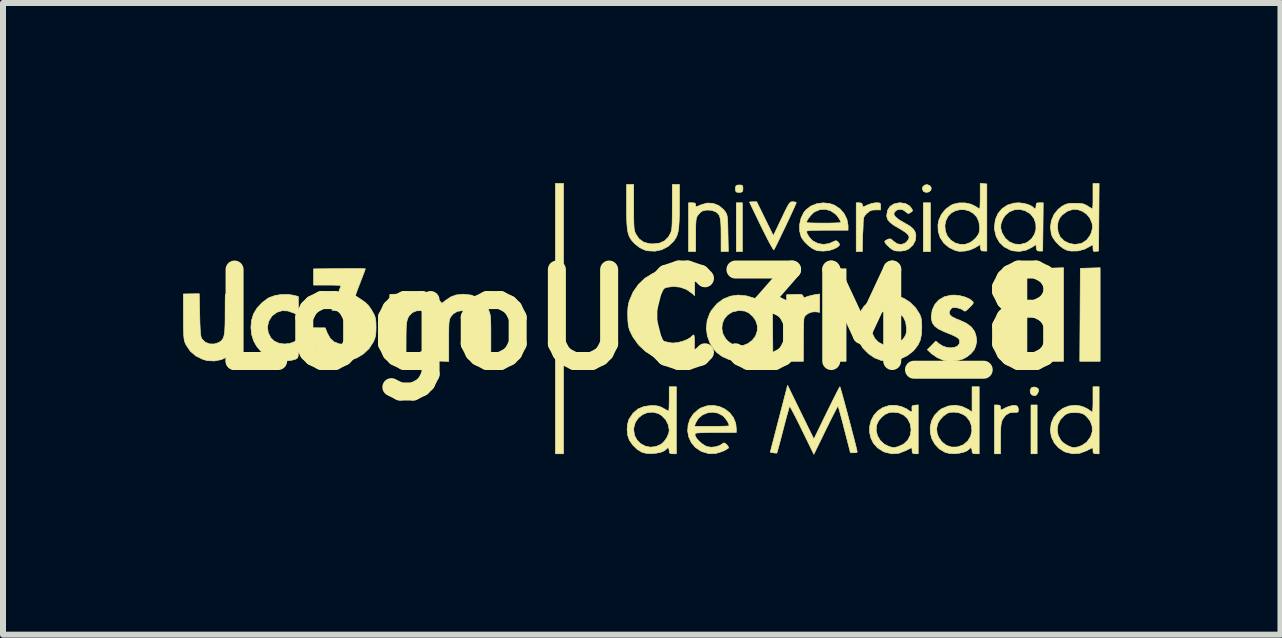
<source format=kicad_pcb>
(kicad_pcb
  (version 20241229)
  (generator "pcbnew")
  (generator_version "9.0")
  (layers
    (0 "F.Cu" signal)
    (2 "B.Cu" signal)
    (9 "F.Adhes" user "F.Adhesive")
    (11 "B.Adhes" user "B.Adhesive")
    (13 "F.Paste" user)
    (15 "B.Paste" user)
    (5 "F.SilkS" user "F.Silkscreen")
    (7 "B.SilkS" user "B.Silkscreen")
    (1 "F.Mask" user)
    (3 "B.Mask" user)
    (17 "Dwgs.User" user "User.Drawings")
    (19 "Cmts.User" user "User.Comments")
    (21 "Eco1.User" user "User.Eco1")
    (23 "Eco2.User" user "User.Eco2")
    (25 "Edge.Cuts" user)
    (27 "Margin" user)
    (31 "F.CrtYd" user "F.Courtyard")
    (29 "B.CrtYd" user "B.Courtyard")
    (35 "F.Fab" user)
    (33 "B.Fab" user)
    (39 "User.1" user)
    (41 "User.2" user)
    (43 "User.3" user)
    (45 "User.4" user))
  (footprint "LogoUC3M_8"
    (layer "F.Cu")
    (at 7.644 2.276)
    (property "Reference" "LogoUC3M_8" (at 0 0 0) (layer "F.SilkS") (effects (font (size 1.524 1.524) (thickness 0.3))))
    (attr through_hole)
    (fp_poly (pts (xy -1.304 2.235) (xy -1.439 2.235) (xy -1.439 -2.269) (xy -1.304 -2.269) (xy -1.304 2.235)) (stroke (width 0.01) (type solid)) (fill yes) (layer "F.SilkS"))
    (fp_poly (pts (xy 1.676 -1.135) (xy 1.575 -1.135) (xy 1.575 -1.947) (xy 1.676 -1.947) (xy 1.676 -1.135)) (stroke (width 0.01) (type solid)) (fill yes) (layer "F.SilkS"))
    (fp_poly (pts (xy 3.404 0.694) (xy 3.133 0.694) (xy 3.133 -0.847) (xy 3.404 -0.847) (xy 3.404 0.694)) (stroke (width 0.01) (type solid)) (fill yes) (layer "F.SilkS"))
    (fp_poly (pts (xy 4.809 -1.135) (xy 4.691 -1.135) (xy 4.691 -1.947) (xy 4.809 -1.947) (xy 4.809 -1.135)) (stroke (width 0.01) (type solid)) (fill yes) (layer "F.SilkS"))
    (fp_poly (pts (xy 6.418 0.694) (xy 6.096 0.694) (xy 6.096 -0.864) (xy 6.418 -0.864) (xy 6.418 0.694)) (stroke (width 0.01) (type solid)) (fill yes) (layer "F.SilkS"))
    (fp_poly (pts (xy 6.587 2.235) (xy 6.485 2.235) (xy 6.485 1.422) (xy 6.587 1.422) (xy 6.587 2.235)) (stroke (width 0.01) (type solid)) (fill yes) (layer "F.SilkS"))
    (fp_poly (pts (xy 7.637 0.694) (xy 7.298 0.694) (xy 7.307 -0.855) (xy 7.472 -0.86) (xy 7.637 -0.865) (xy 7.637 0.694)) (stroke (width 0.01) (type solid)) (fill yes) (layer "F.SilkS"))
    (fp_poly (pts (xy 4.76 -2.249) (xy 4.802 -2.231) (xy 4.823 -2.197) (xy 4.818 -2.158) (xy 4.816 -2.155) (xy 4.783 -2.128) (xy 4.739 -2.12) (xy 4.7 -2.132) (xy 4.695 -2.136) (xy 4.675 -2.175) (xy 4.682 -2.213) (xy 4.71 -2.241) (xy 4.754 -2.25) (xy 4.76 -2.249)) (stroke (width 0.01) (type solid)) (fill yes) (layer "F.SilkS"))
    (fp_poly (pts (xy 1.665 -2.241) (xy 1.682 -2.226) (xy 1.685 -2.189) (xy 1.685 -2.184) (xy 1.682 -2.144) (xy 1.666 -2.126) (xy 1.63 -2.12) (xy 1.583 -2.123) (xy 1.565 -2.14) (xy 1.559 -2.176) (xy 1.561 -2.204) (xy 1.571 -2.231) (xy 1.597 -2.242) (xy 1.626 -2.244) (xy 1.665 -2.241)) (stroke (width 0.01) (type solid)) (fill yes) (layer "F.SilkS"))
    (fp_poly (pts (xy 6.574 1.129) (xy 6.606 1.153) (xy 6.611 1.162) (xy 6.61 1.195) (xy 6.593 1.233) (xy 6.567 1.262) (xy 6.549 1.269) (xy 6.517 1.261) (xy 6.498 1.252) (xy 6.474 1.221) (xy 6.471 1.178) (xy 6.488 1.14) (xy 6.494 1.135) (xy 6.531 1.122) (xy 6.574 1.129)) (stroke (width 0.01) (type solid)) (fill yes) (layer "F.SilkS"))
    (fp_poly (pts (xy 7.027 0.694) (xy 6.866 0.694) (xy 6.781 0.693) (xy 6.726 0.687) (xy 6.7 0.678) (xy 6.696 0.673) (xy 6.695 0.652) (xy 6.694 0.601) (xy 6.693 0.523) (xy 6.692 0.422) (xy 6.692 0.301) (xy 6.692 0.163) (xy 6.692 0.013) (xy 6.693 -0.102) (xy 6.697 -0.855) (xy 6.862 -0.86) (xy 7.027 -0.865) (xy 7.027 0.694)) (stroke (width 0.01) (type solid)) (fill yes) (layer "F.SilkS"))
    (fp_poly (pts (xy 2.963 -0.122) (xy 2.897 -0.131) (xy 2.833 -0.127) (xy 2.772 -0.104) (xy 2.724 -0.067) (xy 2.703 -0.029) (xy 2.7 -0.001) (xy 2.697 0.055) (xy 2.695 0.133) (xy 2.693 0.228) (xy 2.693 0.333) (xy 2.693 0.351) (xy 2.692 0.694) (xy 2.404 0.694) (xy 2.409 0.14) (xy 2.413 -0.415) (xy 2.546 -0.42) (xy 2.613 -0.422) (xy 2.653 -0.419) (xy 2.675 -0.412) (xy 2.685 -0.398) (xy 2.687 -0.392) (xy 2.696 -0.371) (xy 2.714 -0.368) (xy 2.749 -0.381) (xy 2.8 -0.397) (xy 2.863 -0.412) (xy 2.883 -0.415) (xy 2.963 -0.427) (xy 2.963 -0.122)) (stroke (width 0.01) (type solid)) (fill yes) (layer "F.SilkS"))
    (fp_poly (pts (xy 5.963 1.427) (xy 5.976 1.446) (xy 5.977 1.465) (xy 5.979 1.494) (xy 5.988 1.504) (xy 6.013 1.495) (xy 6.048 1.475) (xy 6.104 1.45) (xy 6.167 1.433) (xy 6.174 1.431) (xy 6.231 1.429) (xy 6.263 1.448) (xy 6.275 1.49) (xy 6.275 1.507) (xy 6.271 1.535) (xy 6.253 1.545) (xy 6.212 1.544) (xy 6.131 1.552) (xy 6.064 1.591) (xy 6.014 1.657) (xy 6.01 1.665) (xy 5.997 1.699) (xy 5.988 1.739) (xy 5.982 1.79) (xy 5.979 1.86) (xy 5.978 1.956) (xy 5.978 1.985) (xy 5.977 2.235) (xy 5.876 2.235) (xy 5.876 1.422) (xy 5.927 1.422) (xy 5.963 1.427)) (stroke (width 0.01) (type solid)) (fill yes) (layer "F.SilkS"))
    (fp_poly (pts (xy 3.664 -1.94) (xy 3.678 -1.913) (xy 3.677 -1.892) (xy 3.682 -1.881) (xy 3.708 -1.886) (xy 3.757 -1.908) (xy 3.768 -1.913) (xy 3.829 -1.936) (xy 3.895 -1.947) (xy 3.907 -1.947) (xy 3.952 -1.946) (xy 3.973 -1.936) (xy 3.979 -1.911) (xy 3.979 -1.888) (xy 3.979 -1.829) (xy 3.896 -1.829) (xy 3.839 -1.825) (xy 3.797 -1.809) (xy 3.753 -1.773) (xy 3.752 -1.772) (xy 3.72 -1.739) (xy 3.701 -1.71) (xy 3.693 -1.672) (xy 3.689 -1.615) (xy 3.689 -1.598) (xy 3.687 -1.536) (xy 3.685 -1.484) (xy 3.683 -1.456) (xy 3.681 -1.428) (xy 3.679 -1.376) (xy 3.678 -1.309) (xy 3.677 -1.283) (xy 3.675 -1.135) (xy 3.573 -1.135) (xy 3.573 -1.947) (xy 3.624 -1.947) (xy 3.664 -1.94)) (stroke (width 0.01) (type solid)) (fill yes) (layer "F.SilkS"))
    (fp_poly (pts (xy 2.053 -1.682) (xy 2.192 -1.399) (xy 2.327 -1.682) (xy 2.374 -1.781) (xy 2.41 -1.854) (xy 2.437 -1.904) (xy 2.457 -1.936) (xy 2.474 -1.954) (xy 2.49 -1.962) (xy 2.509 -1.964) (xy 2.518 -1.964) (xy 2.556 -1.96) (xy 2.574 -1.95) (xy 2.574 -1.949) (xy 2.567 -1.93) (xy 2.547 -1.885) (xy 2.518 -1.82) (xy 2.481 -1.74) (xy 2.439 -1.65) (xy 2.394 -1.555) (xy 2.348 -1.46) (xy 2.305 -1.37) (xy 2.266 -1.29) (xy 2.234 -1.225) (xy 2.211 -1.181) (xy 2.2 -1.162) (xy 2.19 -1.173) (xy 2.167 -1.21) (xy 2.133 -1.27) (xy 2.091 -1.35) (xy 2.043 -1.445) (xy 1.991 -1.55) (xy 1.939 -1.657) (xy 1.892 -1.755) (xy 1.852 -1.837) (xy 1.821 -1.902) (xy 1.802 -1.943) (xy 1.795 -1.958) (xy 1.81 -1.962) (xy 1.847 -1.964) (xy 1.855 -1.964) (xy 1.915 -1.964) (xy 2.053 -1.682)) (stroke (width 0.01) (type solid)) (fill yes) (layer "F.SilkS"))
    (fp_poly (pts (xy 0.879 -1.944) (xy 0.896 -1.929) (xy 0.897 -1.913) (xy 0.898 -1.892) (xy 0.904 -1.883) (xy 0.924 -1.887) (xy 0.964 -1.903) (xy 0.991 -1.915) (xy 1.091 -1.943) (xy 1.189 -1.937) (xy 1.28 -1.902) (xy 1.359 -1.837) (xy 1.39 -1.798) (xy 1.405 -1.775) (xy 1.416 -1.751) (xy 1.423 -1.72) (xy 1.428 -1.678) (xy 1.432 -1.618) (xy 1.434 -1.535) (xy 1.436 -1.436) (xy 1.442 -1.135) (xy 1.321 -1.135) (xy 1.321 -1.406) (xy 1.32 -1.526) (xy 1.316 -1.616) (xy 1.307 -1.683) (xy 1.294 -1.73) (xy 1.273 -1.764) (xy 1.244 -1.789) (xy 1.22 -1.803) (xy 1.154 -1.823) (xy 1.081 -1.826) (xy 1.015 -1.812) (xy 1.002 -1.806) (xy 0.965 -1.776) (xy 0.931 -1.735) (xy 0.93 -1.735) (xy 0.918 -1.712) (xy 0.909 -1.685) (xy 0.903 -1.648) (xy 0.9 -1.594) (xy 0.898 -1.518) (xy 0.898 -1.415) (xy 0.898 -1.41) (xy 0.897 -1.135) (xy 0.779 -1.135) (xy 0.779 -1.947) (xy 0.838 -1.947) (xy 0.879 -1.944)) (stroke (width 0.01) (type solid)) (fill yes) (layer "F.SilkS"))
    (fp_poly (pts (xy -6.675 -0.04) (xy -6.68 0.364) (xy -6.726 0.443) (xy -6.802 0.541) (xy -6.897 0.616) (xy -7.006 0.666) (xy -7.123 0.689) (xy -7.242 0.682) (xy -7.31 0.664) (xy -7.429 0.606) (xy -7.524 0.525) (xy -7.594 0.42) (xy -7.612 0.381) (xy -7.621 0.353) (xy -7.628 0.312) (xy -7.633 0.255) (xy -7.636 0.176) (xy -7.638 0.073) (xy -7.638 -0.054) (xy -7.639 -0.428) (xy -7.507 -0.43) (xy -7.374 -0.432) (xy -7.366 -0.076) (xy -7.363 0.046) (xy -7.359 0.138) (xy -7.355 0.207) (xy -7.35 0.255) (xy -7.343 0.289) (xy -7.334 0.312) (xy -7.327 0.324) (xy -7.273 0.376) (xy -7.203 0.404) (xy -7.125 0.406) (xy -7.05 0.382) (xy -7.045 0.379) (xy -7.012 0.357) (xy -6.988 0.331) (xy -6.969 0.296) (xy -6.957 0.248) (xy -6.949 0.183) (xy -6.945 0.095) (xy -6.943 -0.019) (xy -6.943 -0.091) (xy -6.942 -0.193) (xy -6.942 -0.283) (xy -6.941 -0.354) (xy -6.94 -0.403) (xy -6.939 -0.424) (xy -6.938 -0.424) (xy -6.921 -0.426) (xy -6.878 -0.429) (xy -6.818 -0.433) (xy -6.802 -0.435) (xy -6.669 -0.444) (xy -6.675 -0.04)) (stroke (width 0.01) (type solid)) (fill yes) (layer "F.SilkS"))
    (fp_poly (pts (xy -0.135 -1.876) (xy -0.135 -1.753) (xy -0.134 -1.658) (xy -0.132 -1.587) (xy -0.129 -1.535) (xy -0.124 -1.496) (xy -0.116 -1.466) (xy -0.106 -1.439) (xy -0.1 -1.427) (xy -0.045 -1.346) (xy 0.028 -1.293) (xy 0.122 -1.266) (xy 0.186 -1.262) (xy 0.293 -1.274) (xy 0.378 -1.312) (xy 0.443 -1.376) (xy 0.472 -1.427) (xy 0.484 -1.453) (xy 0.493 -1.481) (xy 0.499 -1.515) (xy 0.503 -1.56) (xy 0.506 -1.622) (xy 0.507 -1.705) (xy 0.508 -1.814) (xy 0.508 -1.876) (xy 0.508 -2.252) (xy 0.627 -2.252) (xy 0.627 -1.891) (xy 0.626 -1.747) (xy 0.622 -1.632) (xy 0.616 -1.541) (xy 0.606 -1.47) (xy 0.591 -1.413) (xy 0.57 -1.366) (xy 0.543 -1.323) (xy 0.524 -1.3) (xy 0.436 -1.218) (xy 0.332 -1.165) (xy 0.218 -1.141) (xy 0.099 -1.147) (xy 0.046 -1.161) (xy -0.034 -1.199) (xy -0.114 -1.262) (xy -0.118 -1.267) (xy -0.158 -1.308) (xy -0.189 -1.35) (xy -0.213 -1.396) (xy -0.23 -1.451) (xy -0.242 -1.52) (xy -0.249 -1.608) (xy -0.253 -1.72) (xy -0.254 -1.859) (xy -0.254 -1.891) (xy -0.254 -2.252) (xy -0.135 -2.252) (xy -0.135 -1.876)) (stroke (width 0.01) (type solid)) (fill yes) (layer "F.SilkS"))
    (fp_poly (pts (xy 5.622 2.235) (xy 5.563 2.235) (xy 5.523 2.232) (xy 5.506 2.218) (xy 5.503 2.184) (xy 5.497 2.146) (xy 5.481 2.134) (xy 5.46 2.152) (xy 5.46 2.152) (xy 5.423 2.184) (xy 5.363 2.209) (xy 5.287 2.226) (xy 5.205 2.233) (xy 5.126 2.229) (xy 5.06 2.214) (xy 5.053 2.211) (xy 4.956 2.153) (xy 4.883 2.075) (xy 4.833 1.985) (xy 4.807 1.886) (xy 4.806 1.81) (xy 4.913 1.81) (xy 4.921 1.895) (xy 4.946 1.959) (xy 5.002 2.039) (xy 5.076 2.095) (xy 5.162 2.123) (xy 5.254 2.122) (xy 5.345 2.091) (xy 5.363 2.081) (xy 5.434 2.019) (xy 5.479 1.943) (xy 5.5 1.857) (xy 5.494 1.771) (xy 5.464 1.689) (xy 5.409 1.618) (xy 5.361 1.583) (xy 5.287 1.553) (xy 5.206 1.541) (xy 5.13 1.546) (xy 5.092 1.56) (xy 5.026 1.606) (xy 4.968 1.669) (xy 4.935 1.725) (xy 4.913 1.81) (xy 4.806 1.81) (xy 4.806 1.784) (xy 4.829 1.685) (xy 4.878 1.593) (xy 4.953 1.515) (xy 5.001 1.482) (xy 5.108 1.439) (xy 5.22 1.426) (xy 5.332 1.445) (xy 5.436 1.494) (xy 5.442 1.498) (xy 5.503 1.54) (xy 5.503 1.118) (xy 5.622 1.118) (xy 5.622 2.235)) (stroke (width 0.01) (type solid)) (fill yes) (layer "F.SilkS"))
    (fp_poly (pts (xy -5.88 -0.419) (xy -5.81 -0.407) (xy -5.723 -0.386) (xy -5.722 -0.29) (xy -5.721 -0.223) (xy -5.719 -0.158) (xy -5.718 -0.131) (xy -5.716 -0.09) (xy -5.715 -0.069) (xy -5.715 -0.068) (xy -5.729 -0.075) (xy -5.764 -0.093) (xy -5.798 -0.11) (xy -5.898 -0.145) (xy -5.993 -0.149) (xy -6.081 -0.122) (xy -6.156 -0.066) (xy -6.168 -0.053) (xy -6.218 0.031) (xy -6.237 0.123) (xy -6.225 0.216) (xy -6.18 0.305) (xy -6.179 0.307) (xy -6.122 0.359) (xy -6.046 0.393) (xy -5.958 0.406) (xy -5.868 0.397) (xy -5.8 0.373) (xy -5.757 0.352) (xy -5.729 0.34) (xy -5.724 0.339) (xy -5.719 0.354) (xy -5.718 0.392) (xy -5.718 0.411) (xy -5.72 0.476) (xy -5.722 0.547) (xy -5.722 0.56) (xy -5.726 0.611) (xy -5.738 0.639) (xy -5.765 0.657) (xy -5.769 0.659) (xy -5.83 0.676) (xy -5.91 0.686) (xy -5.996 0.686) (xy -6.074 0.678) (xy -6.097 0.672) (xy -6.226 0.621) (xy -6.332 0.546) (xy -6.417 0.445) (xy -6.467 0.356) (xy -6.5 0.251) (xy -6.513 0.133) (xy -6.503 0.015) (xy -6.472 -0.09) (xy -6.471 -0.093) (xy -6.412 -0.191) (xy -6.328 -0.282) (xy -6.232 -0.354) (xy -6.206 -0.368) (xy -6.109 -0.403) (xy -5.996 -0.42) (xy -5.88 -0.419)) (stroke (width 0.01) (type solid)) (fill yes) (layer "F.SilkS"))
    (fp_poly (pts (xy 0.647 -0.84) (xy 0.757 -0.819) (xy 0.834 -0.793) (xy 0.881 -0.775) (xy 0.881 -0.4) (xy 0.842 -0.435) (xy 0.746 -0.503) (xy 0.638 -0.541) (xy 0.526 -0.553) (xy 0.414 -0.538) (xy 0.308 -0.497) (xy 0.214 -0.432) (xy 0.137 -0.345) (xy 0.107 -0.292) (xy 0.067 -0.176) (xy 0.057 -0.056) (xy 0.077 0.06) (xy 0.106 0.129) (xy 0.177 0.232) (xy 0.27 0.312) (xy 0.379 0.365) (xy 0.499 0.389) (xy 0.527 0.389) (xy 0.598 0.382) (xy 0.676 0.362) (xy 0.748 0.335) (xy 0.804 0.303) (xy 0.822 0.288) (xy 0.849 0.262) (xy 0.867 0.254) (xy 0.872 0.27) (xy 0.876 0.312) (xy 0.878 0.375) (xy 0.877 0.436) (xy 0.872 0.618) (xy 0.779 0.649) (xy 0.683 0.672) (xy 0.573 0.685) (xy 0.463 0.687) (xy 0.367 0.676) (xy 0.347 0.672) (xy 0.2 0.617) (xy 0.066 0.533) (xy -0.051 0.424) (xy -0.145 0.293) (xy -0.172 0.242) (xy -0.199 0.185) (xy -0.216 0.135) (xy -0.226 0.082) (xy -0.232 0.014) (xy -0.234 -0.041) (xy -0.235 -0.136) (xy -0.23 -0.21) (xy -0.219 -0.274) (xy -0.207 -0.315) (xy -0.144 -0.461) (xy -0.055 -0.588) (xy 0.056 -0.692) (xy 0.185 -0.771) (xy 0.33 -0.824) (xy 0.487 -0.846) (xy 0.52 -0.847) (xy 0.647 -0.84)) (stroke (width 0.01) (type solid)) (fill yes) (layer "F.SilkS"))
    (fp_poly (pts (xy 4.395 -1.934) (xy 4.462 -1.894) (xy 4.495 -1.853) (xy 4.511 -1.823) (xy 4.504 -1.804) (xy 4.48 -1.786) (xy 4.448 -1.769) (xy 4.426 -1.774) (xy 4.404 -1.793) (xy 4.348 -1.832) (xy 4.288 -1.839) (xy 4.242 -1.822) (xy 4.207 -1.788) (xy 4.201 -1.752) (xy 4.227 -1.712) (xy 4.283 -1.666) (xy 4.372 -1.614) (xy 4.38 -1.609) (xy 4.462 -1.562) (xy 4.517 -1.517) (xy 4.55 -1.47) (xy 4.566 -1.414) (xy 4.567 -1.402) (xy 4.559 -1.322) (xy 4.52 -1.247) (xy 4.451 -1.181) (xy 4.394 -1.154) (xy 4.319 -1.142) (xy 4.242 -1.144) (xy 4.205 -1.152) (xy 4.168 -1.172) (xy 4.125 -1.206) (xy 4.084 -1.245) (xy 4.055 -1.281) (xy 4.047 -1.302) (xy 4.061 -1.318) (xy 4.095 -1.336) (xy 4.095 -1.337) (xy 4.129 -1.347) (xy 4.154 -1.341) (xy 4.186 -1.315) (xy 4.196 -1.305) (xy 4.257 -1.263) (xy 4.321 -1.252) (xy 4.382 -1.271) (xy 4.412 -1.295) (xy 4.445 -1.337) (xy 4.455 -1.375) (xy 4.439 -1.413) (xy 4.395 -1.454) (xy 4.322 -1.501) (xy 4.284 -1.523) (xy 4.196 -1.575) (xy 4.136 -1.621) (xy 4.099 -1.665) (xy 4.083 -1.711) (xy 4.081 -1.737) (xy 4.095 -1.821) (xy 4.136 -1.886) (xy 4.201 -1.928) (xy 4.288 -1.947) (xy 4.309 -1.947) (xy 4.395 -1.934)) (stroke (width 0.01) (type solid)) (fill yes) (layer "F.SilkS"))
    (fp_poly (pts (xy 6.685 -1.545) (xy 6.68 -1.143) (xy 6.629 -1.143) (xy 6.593 -1.147) (xy 6.578 -1.168) (xy 6.573 -1.197) (xy 6.568 -1.251) (xy 6.508 -1.21) (xy 6.404 -1.158) (xy 6.292 -1.137) (xy 6.181 -1.147) (xy 6.143 -1.159) (xy 6.039 -1.212) (xy 5.959 -1.289) (xy 5.905 -1.385) (xy 5.878 -1.498) (xy 5.877 -1.522) (xy 5.981 -1.522) (xy 6.003 -1.445) (xy 6.004 -1.443) (xy 6.056 -1.357) (xy 6.127 -1.295) (xy 6.211 -1.26) (xy 6.302 -1.253) (xy 6.395 -1.276) (xy 6.426 -1.292) (xy 6.497 -1.35) (xy 6.545 -1.425) (xy 6.568 -1.511) (xy 6.565 -1.599) (xy 6.536 -1.683) (xy 6.481 -1.756) (xy 6.47 -1.766) (xy 6.387 -1.816) (xy 6.297 -1.837) (xy 6.207 -1.83) (xy 6.124 -1.796) (xy 6.054 -1.736) (xy 6.013 -1.672) (xy 5.984 -1.593) (xy 5.981 -1.522) (xy 5.877 -1.522) (xy 5.876 -1.545) (xy 5.891 -1.664) (xy 5.934 -1.766) (xy 6.002 -1.848) (xy 6.091 -1.908) (xy 6.198 -1.941) (xy 6.277 -1.947) (xy 6.348 -1.94) (xy 6.419 -1.924) (xy 6.48 -1.9) (xy 6.52 -1.873) (xy 6.527 -1.864) (xy 6.548 -1.846) (xy 6.564 -1.858) (xy 6.57 -1.896) (xy 6.57 -1.897) (xy 6.573 -1.931) (xy 6.59 -1.945) (xy 6.63 -1.947) (xy 6.689 -1.947) (xy 6.685 -1.545)) (stroke (width 0.01) (type solid)) (fill yes) (layer "F.SilkS"))
    (fp_poly (pts (xy 4.25 -0.397) (xy 4.364 -0.356) (xy 4.47 -0.289) (xy 4.562 -0.197) (xy 4.626 -0.098) (xy 4.645 -0.057) (xy 4.657 -0.013) (xy 4.663 0.042) (xy 4.665 0.12) (xy 4.665 0.135) (xy 4.659 0.25) (xy 4.64 0.342) (xy 4.603 0.421) (xy 4.545 0.498) (xy 4.519 0.526) (xy 4.428 0.597) (xy 4.318 0.651) (xy 4.199 0.684) (xy 4.079 0.692) (xy 3.987 0.679) (xy 3.877 0.636) (xy 3.775 0.566) (xy 3.687 0.477) (xy 3.621 0.376) (xy 3.59 0.298) (xy 3.575 0.2) (xy 3.576 0.136) (xy 3.827 0.136) (xy 3.842 0.232) (xy 3.883 0.314) (xy 3.945 0.377) (xy 4.023 0.419) (xy 4.111 0.435) (xy 4.204 0.423) (xy 4.244 0.408) (xy 4.299 0.373) (xy 4.351 0.326) (xy 4.362 0.312) (xy 4.391 0.269) (xy 4.406 0.227) (xy 4.411 0.171) (xy 4.411 0.144) (xy 4.397 0.039) (xy 4.358 -0.044) (xy 4.295 -0.105) (xy 4.211 -0.141) (xy 4.107 -0.15) (xy 4.099 -0.149) (xy 4.001 -0.127) (xy 3.921 -0.079) (xy 3.864 -0.009) (xy 3.832 0.079) (xy 3.827 0.136) (xy 3.576 0.136) (xy 3.577 0.09) (xy 3.595 -0.018) (xy 3.627 -0.109) (xy 3.628 -0.11) (xy 3.702 -0.222) (xy 3.794 -0.308) (xy 3.9 -0.369) (xy 4.014 -0.404) (xy 4.132 -0.413) (xy 4.25 -0.397)) (stroke (width 0.01) (type solid)) (fill yes) (layer "F.SilkS"))
    (fp_poly (pts (xy 4.606 2.235) (xy 4.555 2.235) (xy 4.519 2.231) (xy 4.506 2.211) (xy 4.504 2.184) (xy 4.502 2.149) (xy 4.498 2.134) (xy 4.498 2.134) (xy 4.48 2.141) (xy 4.442 2.16) (xy 4.394 2.184) (xy 4.282 2.227) (xy 4.169 2.235) (xy 4.056 2.21) (xy 4.02 2.195) (xy 3.927 2.135) (xy 3.859 2.059) (xy 3.816 1.97) (xy 3.795 1.875) (xy 3.796 1.847) (xy 3.905 1.847) (xy 3.927 1.935) (xy 3.974 2.014) (xy 4.043 2.077) (xy 4.106 2.108) (xy 4.157 2.125) (xy 4.192 2.131) (xy 4.228 2.127) (xy 4.271 2.116) (xy 4.361 2.075) (xy 4.43 2.011) (xy 4.473 1.928) (xy 4.487 1.836) (xy 4.473 1.737) (xy 4.431 1.654) (xy 4.367 1.592) (xy 4.283 1.553) (xy 4.186 1.542) (xy 4.124 1.548) (xy 4.059 1.575) (xy 3.995 1.625) (xy 3.943 1.69) (xy 3.913 1.757) (xy 3.905 1.847) (xy 3.796 1.847) (xy 3.797 1.777) (xy 3.821 1.682) (xy 3.866 1.595) (xy 3.932 1.521) (xy 4.017 1.465) (xy 4.121 1.431) (xy 4.139 1.428) (xy 4.232 1.428) (xy 4.328 1.449) (xy 4.412 1.487) (xy 4.431 1.5) (xy 4.474 1.53) (xy 4.496 1.537) (xy 4.503 1.52) (xy 4.501 1.486) (xy 4.501 1.448) (xy 4.516 1.431) (xy 4.551 1.426) (xy 4.606 1.42) (xy 4.606 2.235)) (stroke (width 0.01) (type solid)) (fill yes) (layer "F.SilkS"))
    (fp_poly (pts (xy 5.694 -2.266) (xy 5.749 -2.261) (xy 5.749 -1.143) (xy 5.698 -1.143) (xy 5.662 -1.147) (xy 5.647 -1.168) (xy 5.642 -1.197) (xy 5.637 -1.25) (xy 5.555 -1.2) (xy 5.476 -1.164) (xy 5.386 -1.143) (xy 5.297 -1.138) (xy 5.232 -1.149) (xy 5.122 -1.201) (xy 5.034 -1.274) (xy 4.973 -1.365) (xy 4.939 -1.469) (xy 4.935 -1.569) (xy 5.05 -1.569) (xy 5.058 -1.475) (xy 5.092 -1.392) (xy 5.148 -1.325) (xy 5.22 -1.278) (xy 5.303 -1.254) (xy 5.392 -1.256) (xy 5.468 -1.283) (xy 5.515 -1.315) (xy 5.564 -1.36) (xy 5.578 -1.377) (xy 5.609 -1.421) (xy 5.625 -1.464) (xy 5.63 -1.52) (xy 5.63 -1.54) (xy 5.616 -1.635) (xy 5.58 -1.712) (xy 5.525 -1.77) (xy 5.458 -1.81) (xy 5.382 -1.831) (xy 5.304 -1.833) (xy 5.228 -1.816) (xy 5.159 -1.779) (xy 5.103 -1.722) (xy 5.065 -1.645) (xy 5.05 -1.569) (xy 4.935 -1.569) (xy 4.935 -1.582) (xy 4.951 -1.662) (xy 4.994 -1.756) (xy 5.062 -1.839) (xy 5.148 -1.903) (xy 5.192 -1.924) (xy 5.284 -1.945) (xy 5.385 -1.945) (xy 5.48 -1.925) (xy 5.552 -1.892) (xy 5.594 -1.865) (xy 5.623 -1.848) (xy 5.63 -1.846) (xy 5.633 -1.862) (xy 5.636 -1.905) (xy 5.638 -1.969) (xy 5.639 -2.048) (xy 5.639 -2.058) (xy 5.639 -2.271) (xy 5.694 -2.266)) (stroke (width 0.01) (type solid)) (fill yes) (layer "F.SilkS"))
    (fp_poly (pts (xy 0.576 2.235) (xy 0.516 2.235) (xy 0.477 2.232) (xy 0.46 2.218) (xy 0.457 2.184) (xy 0.451 2.146) (xy 0.435 2.134) (xy 0.414 2.152) (xy 0.414 2.152) (xy 0.376 2.185) (xy 0.315 2.21) (xy 0.238 2.226) (xy 0.155 2.232) (xy 0.074 2.228) (xy 0.006 2.211) (xy 0 2.208) (xy -0.078 2.16) (xy -0.151 2.089) (xy -0.208 2.007) (xy -0.234 1.931) (xy -0.244 1.841) (xy -0.244 1.836) (xy -0.135 1.836) (xy -0.121 1.929) (xy -0.079 2.007) (xy -0.018 2.067) (xy 0.059 2.108) (xy 0.145 2.125) (xy 0.234 2.115) (xy 0.321 2.077) (xy 0.324 2.075) (xy 0.375 2.027) (xy 0.419 1.963) (xy 0.449 1.893) (xy 0.457 1.843) (xy 0.442 1.754) (xy 0.4 1.67) (xy 0.337 1.602) (xy 0.276 1.564) (xy 0.184 1.542) (xy 0.094 1.549) (xy 0.012 1.582) (xy -0.057 1.638) (xy -0.108 1.712) (xy -0.133 1.801) (xy -0.135 1.836) (xy -0.244 1.836) (xy -0.239 1.749) (xy -0.218 1.671) (xy -0.213 1.659) (xy -0.146 1.559) (xy -0.062 1.488) (xy 0.04 1.446) (xy 0.161 1.431) (xy 0.232 1.434) (xy 0.285 1.443) (xy 0.333 1.463) (xy 0.359 1.477) (xy 0.404 1.503) (xy 0.437 1.52) (xy 0.448 1.524) (xy 0.451 1.508) (xy 0.454 1.465) (xy 0.456 1.401) (xy 0.457 1.323) (xy 0.457 1.118) (xy 0.576 1.118) (xy 0.576 2.235)) (stroke (width 0.01) (type solid)) (fill yes) (layer "F.SilkS"))
    (fp_poly (pts (xy 2.648 1.542) (xy 2.867 1.99) (xy 3.079 1.554) (xy 3.134 1.442) (xy 3.184 1.341) (xy 3.228 1.254) (xy 3.263 1.185) (xy 3.288 1.139) (xy 3.3 1.118) (xy 3.301 1.118) (xy 3.307 1.133) (xy 3.32 1.177) (xy 3.339 1.244) (xy 3.363 1.33) (xy 3.39 1.431) (xy 3.42 1.541) (xy 3.45 1.656) (xy 3.481 1.771) (xy 3.509 1.881) (xy 3.536 1.983) (xy 3.558 2.071) (xy 3.576 2.141) (xy 3.586 2.188) (xy 3.59 2.206) (xy 3.575 2.214) (xy 3.539 2.218) (xy 3.533 2.218) (xy 3.476 2.218) (xy 3.376 1.829) (xy 3.348 1.72) (xy 3.322 1.622) (xy 3.3 1.541) (xy 3.283 1.481) (xy 3.271 1.446) (xy 3.268 1.439) (xy 3.259 1.454) (xy 3.237 1.495) (xy 3.204 1.559) (xy 3.162 1.641) (xy 3.114 1.738) (xy 3.063 1.841) (xy 2.867 2.244) (xy 2.669 1.839) (xy 2.617 1.732) (xy 2.569 1.636) (xy 2.527 1.556) (xy 2.494 1.494) (xy 2.472 1.455) (xy 2.463 1.443) (xy 2.456 1.461) (xy 2.443 1.508) (xy 2.423 1.578) (xy 2.399 1.666) (xy 2.372 1.769) (xy 2.355 1.836) (xy 2.327 1.945) (xy 2.301 2.042) (xy 2.279 2.123) (xy 2.263 2.183) (xy 2.252 2.218) (xy 2.25 2.224) (xy 2.231 2.224) (xy 2.193 2.219) (xy 2.192 2.219) (xy 2.14 2.21) (xy 2.284 1.652) (xy 2.429 1.094) (xy 2.648 1.542)) (stroke (width 0.01) (type solid)) (fill yes) (layer "F.SilkS"))
    (fp_poly (pts (xy 1.294 1.448) (xy 1.386 1.491) (xy 1.466 1.553) (xy 1.527 1.633) (xy 1.565 1.727) (xy 1.574 1.808) (xy 1.575 1.88) (xy 1.237 1.88) (xy 1.123 1.88) (xy 1.027 1.883) (xy 0.953 1.886) (xy 0.906 1.891) (xy 0.889 1.896) (xy 0.887 1.929) (xy 0.909 1.972) (xy 0.948 2.019) (xy 0.999 2.064) (xy 1.055 2.101) (xy 1.093 2.117) (xy 1.159 2.126) (xy 1.233 2.118) (xy 1.302 2.095) (xy 1.342 2.07) (xy 1.365 2.054) (xy 1.386 2.059) (xy 1.414 2.082) (xy 1.439 2.113) (xy 1.446 2.136) (xy 1.445 2.138) (xy 1.425 2.153) (xy 1.384 2.177) (xy 1.348 2.194) (xy 1.234 2.23) (xy 1.12 2.233) (xy 1.007 2.201) (xy 0.985 2.191) (xy 0.892 2.128) (xy 0.825 2.048) (xy 0.782 1.955) (xy 0.764 1.856) (xy 0.77 1.778) (xy 0.878 1.778) (xy 1.167 1.778) (xy 1.262 1.778) (xy 1.344 1.776) (xy 1.407 1.774) (xy 1.446 1.771) (xy 1.456 1.769) (xy 1.445 1.727) (xy 1.415 1.676) (xy 1.376 1.626) (xy 1.347 1.599) (xy 1.266 1.557) (xy 1.178 1.542) (xy 1.09 1.554) (xy 1.009 1.589) (xy 0.942 1.646) (xy 0.896 1.723) (xy 0.89 1.74) (xy 0.878 1.778) (xy 0.77 1.778) (xy 0.771 1.755) (xy 0.803 1.658) (xy 0.86 1.571) (xy 0.942 1.498) (xy 0.986 1.471) (xy 1.088 1.436) (xy 1.193 1.429) (xy 1.294 1.448)) (stroke (width 0.01) (type solid)) (fill yes) (layer "F.SilkS"))
    (fp_poly (pts (xy 7.612 -1.143) (xy 7.565 -1.138) (xy 7.534 -1.137) (xy 7.521 -1.151) (xy 7.518 -1.189) (xy 7.518 -1.195) (xy 7.517 -1.235) (xy 7.51 -1.247) (xy 7.49 -1.236) (xy 7.48 -1.229) (xy 7.38 -1.175) (xy 7.268 -1.145) (xy 7.153 -1.143) (xy 7.087 -1.155) (xy 7.023 -1.186) (xy 6.955 -1.239) (xy 6.893 -1.304) (xy 6.845 -1.374) (xy 6.824 -1.424) (xy 6.809 -1.539) (xy 6.809 -1.543) (xy 6.926 -1.543) (xy 6.937 -1.459) (xy 6.967 -1.386) (xy 6.974 -1.375) (xy 7.039 -1.311) (xy 7.123 -1.27) (xy 7.215 -1.254) (xy 7.307 -1.266) (xy 7.337 -1.276) (xy 7.413 -1.326) (xy 7.469 -1.402) (xy 7.493 -1.456) (xy 7.51 -1.532) (xy 7.503 -1.604) (xy 7.47 -1.683) (xy 7.462 -1.698) (xy 7.412 -1.758) (xy 7.342 -1.806) (xy 7.262 -1.834) (xy 7.185 -1.838) (xy 7.181 -1.837) (xy 7.087 -1.805) (xy 7.006 -1.745) (xy 6.963 -1.693) (xy 6.935 -1.625) (xy 6.926 -1.543) (xy 6.809 -1.543) (xy 6.825 -1.65) (xy 6.868 -1.752) (xy 6.938 -1.839) (xy 7.001 -1.888) (xy 7.047 -1.914) (xy 7.088 -1.929) (xy 7.136 -1.937) (xy 7.203 -1.939) (xy 7.221 -1.939) (xy 7.293 -1.937) (xy 7.344 -1.932) (xy 7.383 -1.919) (xy 7.424 -1.896) (xy 7.429 -1.892) (xy 7.472 -1.866) (xy 7.502 -1.849) (xy 7.51 -1.846) (xy 7.513 -1.862) (xy 7.516 -1.905) (xy 7.518 -1.969) (xy 7.518 -2.048) (xy 7.518 -2.057) (xy 7.518 -2.269) (xy 7.62 -2.269) (xy 7.612 -1.143)) (stroke (width 0.01) (type solid)) (fill yes) (layer "F.SilkS"))
    (fp_poly (pts (xy 3.132 -1.934) (xy 3.211 -1.907) (xy 3.3 -1.848) (xy 3.371 -1.767) (xy 3.418 -1.671) (xy 3.437 -1.568) (xy 3.437 -1.558) (xy 3.437 -1.49) (xy 3.09 -1.49) (xy 2.954 -1.489) (xy 2.852 -1.487) (xy 2.783 -1.482) (xy 2.748 -1.476) (xy 2.743 -1.472) (xy 2.756 -1.43) (xy 2.788 -1.378) (xy 2.832 -1.329) (xy 2.854 -1.31) (xy 2.936 -1.268) (xy 3.028 -1.254) (xy 3.121 -1.268) (xy 3.166 -1.287) (xy 3.21 -1.308) (xy 3.236 -1.315) (xy 3.255 -1.307) (xy 3.272 -1.29) (xy 3.294 -1.261) (xy 3.29 -1.236) (xy 3.26 -1.209) (xy 3.214 -1.184) (xy 3.128 -1.154) (xy 3.029 -1.142) (xy 2.934 -1.148) (xy 2.909 -1.154) (xy 2.845 -1.184) (xy 2.777 -1.234) (xy 2.713 -1.296) (xy 2.666 -1.361) (xy 2.656 -1.379) (xy 2.63 -1.476) (xy 2.629 -1.582) (xy 2.637 -1.618) (xy 2.743 -1.618) (xy 2.759 -1.615) (xy 2.804 -1.612) (xy 2.871 -1.61) (xy 2.955 -1.609) (xy 3.031 -1.609) (xy 3.126 -1.609) (xy 3.207 -1.611) (xy 3.27 -1.613) (xy 3.309 -1.616) (xy 3.319 -1.618) (xy 3.308 -1.649) (xy 3.282 -1.693) (xy 3.248 -1.738) (xy 3.223 -1.763) (xy 3.144 -1.815) (xy 3.057 -1.839) (xy 2.968 -1.833) (xy 2.884 -1.799) (xy 2.851 -1.774) (xy 2.81 -1.731) (xy 2.773 -1.683) (xy 2.749 -1.64) (xy 2.743 -1.618) (xy 2.637 -1.618) (xy 2.652 -1.687) (xy 2.697 -1.782) (xy 2.732 -1.826) (xy 2.814 -1.891) (xy 2.913 -1.931) (xy 3.022 -1.946) (xy 3.132 -1.934)) (stroke (width 0.01) (type solid)) (fill yes) (layer "F.SilkS"))
    (fp_poly (pts (xy 7.62 2.235) (xy 7.569 2.235) (xy 7.533 2.231) (xy 7.52 2.211) (xy 7.518 2.184) (xy 7.517 2.149) (xy 7.514 2.134) (xy 7.514 2.134) (xy 7.498 2.141) (xy 7.46 2.159) (xy 7.41 2.185) (xy 7.295 2.227) (xy 7.183 2.235) (xy 7.07 2.21) (xy 7.034 2.195) (xy 6.943 2.134) (xy 6.872 2.052) (xy 6.825 1.953) (xy 6.807 1.846) (xy 6.807 1.841) (xy 6.808 1.837) (xy 6.923 1.837) (xy 6.937 1.926) (xy 6.98 2.007) (xy 7.013 2.044) (xy 7.059 2.077) (xy 7.116 2.108) (xy 7.17 2.128) (xy 7.197 2.133) (xy 7.229 2.129) (xy 7.276 2.118) (xy 7.289 2.115) (xy 7.342 2.091) (xy 7.398 2.052) (xy 7.419 2.034) (xy 7.478 1.954) (xy 7.506 1.866) (xy 7.504 1.777) (xy 7.472 1.69) (xy 7.41 1.613) (xy 7.376 1.584) (xy 7.34 1.564) (xy 7.292 1.553) (xy 7.223 1.549) (xy 7.215 1.549) (xy 7.149 1.551) (xy 7.103 1.56) (xy 7.065 1.578) (xy 7.041 1.595) (xy 6.975 1.665) (xy 6.935 1.748) (xy 6.923 1.837) (xy 6.808 1.837) (xy 6.822 1.727) (xy 6.865 1.627) (xy 6.931 1.543) (xy 7.015 1.479) (xy 7.113 1.439) (xy 7.22 1.427) (xy 7.302 1.437) (xy 7.365 1.457) (xy 7.424 1.486) (xy 7.444 1.499) (xy 7.481 1.525) (xy 7.505 1.54) (xy 7.509 1.541) (xy 7.512 1.525) (xy 7.515 1.482) (xy 7.518 1.417) (xy 7.518 1.338) (xy 7.518 1.329) (xy 7.518 1.118) (xy 7.62 1.118) (xy 7.62 2.235)) (stroke (width 0.01) (type solid)) (fill yes) (layer "F.SilkS"))
    (fp_poly (pts (xy 5.296 -0.4) (xy 5.383 -0.378) (xy 5.457 -0.346) (xy 5.509 -0.308) (xy 5.51 -0.306) (xy 5.523 -0.288) (xy 5.521 -0.27) (xy 5.5 -0.243) (xy 5.461 -0.203) (xy 5.419 -0.163) (xy 5.394 -0.144) (xy 5.375 -0.143) (xy 5.357 -0.156) (xy 5.352 -0.16) (xy 5.314 -0.181) (xy 5.261 -0.196) (xy 5.243 -0.199) (xy 5.194 -0.202) (xy 5.165 -0.193) (xy 5.143 -0.169) (xy 5.139 -0.163) (xy 5.122 -0.121) (xy 5.131 -0.084) (xy 5.168 -0.049) (xy 5.236 -0.014) (xy 5.293 0.008) (xy 5.407 0.06) (xy 5.49 0.122) (xy 5.544 0.195) (xy 5.567 0.262) (xy 5.576 0.315) (xy 5.58 0.358) (xy 5.579 0.369) (xy 5.571 0.407) (xy 5.563 0.445) (xy 5.536 0.505) (xy 5.485 0.566) (xy 5.417 0.62) (xy 5.341 0.66) (xy 5.341 0.66) (xy 5.25 0.683) (xy 5.151 0.692) (xy 5.061 0.686) (xy 5.029 0.678) (xy 4.925 0.634) (xy 4.831 0.569) (xy 4.813 0.553) (xy 4.758 0.501) (xy 4.829 0.429) (xy 4.899 0.357) (xy 4.948 0.398) (xy 5.012 0.439) (xy 5.082 0.463) (xy 5.151 0.47) (xy 5.214 0.461) (xy 5.263 0.438) (xy 5.292 0.4) (xy 5.297 0.358) (xy 5.291 0.335) (xy 5.276 0.314) (xy 5.247 0.293) (xy 5.2 0.268) (xy 5.129 0.237) (xy 5.041 0.202) (xy 4.946 0.157) (xy 4.881 0.109) (xy 4.842 0.054) (xy 4.825 -0.012) (xy 4.823 -0.047) (xy 4.839 -0.159) (xy 4.883 -0.254) (xy 4.951 -0.329) (xy 5.04 -0.381) (xy 5.149 -0.407) (xy 5.209 -0.409) (xy 5.296 -0.4)) (stroke (width 0.01) (type solid)) (fill yes) (layer "F.SilkS"))
    (fp_poly (pts (xy 2.151 -0.412) (xy 2.159 -0.408) (xy 2.165 -0.395) (xy 2.169 -0.371) (xy 2.172 -0.333) (xy 2.175 -0.277) (xy 2.177 -0.2) (xy 2.178 -0.098) (xy 2.18 0.032) (xy 2.18 0.14) (xy 2.185 0.694) (xy 2.058 0.694) (xy 1.993 0.693) (xy 1.954 0.69) (xy 1.936 0.681) (xy 1.931 0.667) (xy 1.93 0.66) (xy 1.929 0.64) (xy 1.92 0.63) (xy 1.898 0.632) (xy 1.854 0.646) (xy 1.812 0.66) (xy 1.685 0.689) (xy 1.554 0.687) (xy 1.444 0.661) (xy 1.338 0.613) (xy 1.253 0.55) (xy 1.211 0.506) (xy 1.137 0.393) (xy 1.092 0.271) (xy 1.076 0.146) (xy 1.334 0.146) (xy 1.35 0.233) (xy 1.395 0.315) (xy 1.434 0.359) (xy 1.514 0.415) (xy 1.602 0.438) (xy 1.695 0.428) (xy 1.762 0.402) (xy 1.841 0.345) (xy 1.896 0.272) (xy 1.924 0.188) (xy 1.925 0.099) (xy 1.897 0.013) (xy 1.853 -0.05) (xy 1.786 -0.11) (xy 1.716 -0.143) (xy 1.632 -0.151) (xy 1.601 -0.149) (xy 1.507 -0.127) (xy 1.431 -0.08) (xy 1.376 -0.016) (xy 1.343 0.062) (xy 1.334 0.146) (xy 1.076 0.146) (xy 1.076 0.143) (xy 1.089 0.016) (xy 1.133 -0.105) (xy 1.163 -0.157) (xy 1.252 -0.265) (xy 1.358 -0.343) (xy 1.476 -0.391) (xy 1.606 -0.41) (xy 1.745 -0.396) (xy 1.891 -0.352) (xy 1.901 -0.348) (xy 1.924 -0.345) (xy 1.93 -0.37) (xy 1.93 -0.371) (xy 1.934 -0.392) (xy 1.952 -0.403) (xy 1.991 -0.408) (xy 2.019 -0.409) (xy 2.077 -0.411) (xy 2.125 -0.412) (xy 2.142 -0.413) (xy 2.151 -0.412)) (stroke (width 0.01) (type solid)) (fill yes) (layer "F.SilkS"))
    (fp_poly (pts (xy -3.955 -0.427) (xy -3.935 -0.42) (xy -3.929 -0.407) (xy -3.928 -0.402) (xy -3.924 -0.38) (xy -3.908 -0.374) (xy -3.872 -0.384) (xy -3.838 -0.398) (xy -3.753 -0.419) (xy -3.654 -0.423) (xy -3.554 -0.409) (xy -3.48 -0.383) (xy -3.425 -0.354) (xy -3.38 -0.323) (xy -3.363 -0.308) (xy -3.331 -0.272) (xy -3.267 -0.322) (xy -3.182 -0.379) (xy -3.095 -0.411) (xy -2.994 -0.423) (xy -2.967 -0.423) (xy -2.841 -0.409) (xy -2.733 -0.365) (xy -2.643 -0.293) (xy -2.57 -0.192) (xy -2.55 -0.152) (xy -2.539 -0.125) (xy -2.53 -0.096) (xy -2.524 -0.061) (xy -2.519 -0.014) (xy -2.517 0.049) (xy -2.515 0.134) (xy -2.515 0.246) (xy -2.515 0.305) (xy -2.515 0.686) (xy -2.653 0.691) (xy -2.792 0.696) (xy -2.797 0.331) (xy -2.802 -0.033) (xy -2.855 -0.086) (xy -2.923 -0.132) (xy -2.998 -0.149) (xy -3.073 -0.138) (xy -3.14 -0.098) (xy -3.184 -0.046) (xy -3.195 -0.024) (xy -3.204 0.001) (xy -3.21 0.034) (xy -3.214 0.082) (xy -3.216 0.148) (xy -3.217 0.239) (xy -3.217 0.352) (xy -3.217 0.696) (xy -3.491 0.686) (xy -3.489 0.37) (xy -3.489 0.252) (xy -3.49 0.162) (xy -3.493 0.095) (xy -3.499 0.045) (xy -3.507 0.008) (xy -3.515 -0.015) (xy -3.558 -0.084) (xy -3.617 -0.129) (xy -3.685 -0.15) (xy -3.756 -0.146) (xy -3.822 -0.118) (xy -3.876 -0.064) (xy -3.896 -0.029) (xy -3.907 0.001) (xy -3.915 0.034) (xy -3.921 0.076) (xy -3.925 0.134) (xy -3.927 0.212) (xy -3.928 0.317) (xy -3.928 0.368) (xy -3.929 0.694) (xy -4.199 0.694) (xy -4.199 -0.421) (xy -4.064 -0.426) (xy -3.996 -0.428) (xy -3.955 -0.427)) (stroke (width 0.01) (type solid)) (fill yes) (layer "F.SilkS"))
    (fp_poly (pts (xy -4.727 -0.851) (xy -4.66 -0.85) (xy -4.618 -0.848) (xy -4.606 -0.846) (xy -4.612 -0.828) (xy -4.628 -0.784) (xy -4.652 -0.721) (xy -4.682 -0.644) (xy -4.691 -0.619) (xy -4.722 -0.541) (xy -4.747 -0.474) (xy -4.764 -0.425) (xy -4.772 -0.401) (xy -4.772 -0.399) (xy -4.756 -0.388) (xy -4.72 -0.364) (xy -4.673 -0.334) (xy -4.604 -0.284) (xy -4.551 -0.231) (xy -4.505 -0.165) (xy -4.469 -0.101) (xy -4.448 -0.057) (xy -4.436 -0.012) (xy -4.43 0.046) (xy -4.428 0.125) (xy -4.428 0.127) (xy -4.43 0.206) (xy -4.435 0.264) (xy -4.448 0.312) (xy -4.469 0.363) (xy -4.475 0.375) (xy -4.545 0.482) (xy -4.637 0.57) (xy -4.746 0.636) (xy -4.865 0.677) (xy -4.989 0.69) (xy -5.111 0.673) (xy -5.115 0.672) (xy -5.244 0.62) (xy -5.354 0.542) (xy -5.441 0.444) (xy -5.501 0.328) (xy -5.532 0.208) (xy -5.542 0.135) (xy -5.408 0.136) (xy -5.275 0.136) (xy -5.241 0.224) (xy -5.192 0.312) (xy -5.124 0.372) (xy -5.039 0.404) (xy -4.982 0.409) (xy -4.881 0.394) (xy -4.801 0.352) (xy -4.74 0.283) (xy -4.705 0.202) (xy -4.697 0.119) (xy -4.717 0.035) (xy -4.761 -0.042) (xy -4.824 -0.103) (xy -4.882 -0.134) (xy -4.924 -0.144) (xy -4.985 -0.15) (xy -5.047 -0.152) (xy -5.105 -0.153) (xy -5.147 -0.156) (xy -5.165 -0.159) (xy -5.165 -0.159) (xy -5.159 -0.177) (xy -5.143 -0.219) (xy -5.12 -0.281) (xy -5.091 -0.356) (xy -5.088 -0.363) (xy -5.059 -0.439) (xy -5.036 -0.502) (xy -5.019 -0.547) (xy -5.012 -0.568) (xy -5.012 -0.568) (xy -5.028 -0.571) (xy -5.072 -0.573) (xy -5.137 -0.575) (xy -5.217 -0.576) (xy -5.241 -0.576) (xy -5.469 -0.576) (xy -5.469 -0.846) (xy -5.038 -0.85) (xy -4.921 -0.851) (xy -4.816 -0.851) (xy -4.727 -0.851)) (stroke (width 0.01) (type solid)) (fill yes) (layer "F.SilkS")))
  (gr_rect
    (start -3 -3)
    (end 18.286 7.525)
    (stroke (width 0.1) (type default))
    (fill no)
    (layer "Edge.Cuts")))
</source>
